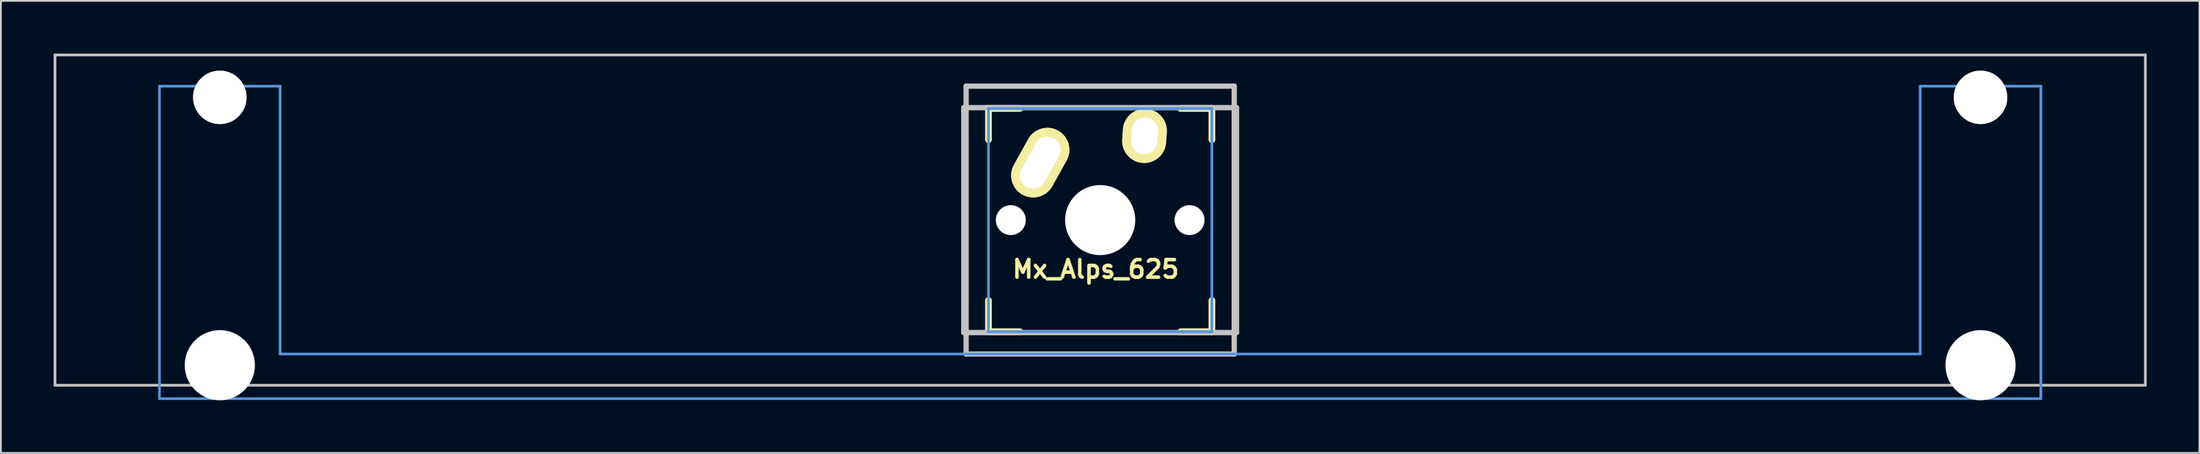
<source format=kicad_pcb>
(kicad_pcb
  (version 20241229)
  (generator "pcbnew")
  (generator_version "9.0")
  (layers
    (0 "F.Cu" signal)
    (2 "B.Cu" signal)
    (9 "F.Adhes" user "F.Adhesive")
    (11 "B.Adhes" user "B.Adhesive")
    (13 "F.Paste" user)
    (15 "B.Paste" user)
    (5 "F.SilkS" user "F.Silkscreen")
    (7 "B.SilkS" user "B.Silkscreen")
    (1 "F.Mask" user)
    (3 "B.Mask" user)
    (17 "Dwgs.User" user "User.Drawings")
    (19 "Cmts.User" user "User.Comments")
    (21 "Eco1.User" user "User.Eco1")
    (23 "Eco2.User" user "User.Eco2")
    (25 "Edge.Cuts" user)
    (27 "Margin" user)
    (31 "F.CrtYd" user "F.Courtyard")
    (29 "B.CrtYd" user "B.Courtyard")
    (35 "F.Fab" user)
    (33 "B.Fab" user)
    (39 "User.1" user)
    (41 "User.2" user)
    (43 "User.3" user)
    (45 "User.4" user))
  (footprint "Mx_Alps_625"
    (layer "F.Cu")
    (at 59.482 9.474)
    (property "Reference" "Mx_Alps_625" (at -0.254 2.794 0) (layer "F.SilkS") (effects (font (size 1 1) (thickness 0.2))))
    (attr through_hole)
    (fp_line (start -6.35 -6.35) (end -4.572 -6.35) (stroke (width 0.381) (type solid)) (layer "F.SilkS"))
    (fp_line (start -6.35 -4.572) (end -6.35 -6.35) (stroke (width 0.381) (type solid)) (layer "F.SilkS"))
    (fp_line (start -6.35 6.35) (end -6.35 4.572) (stroke (width 0.381) (type solid)) (layer "F.SilkS"))
    (fp_line (start -4.572 6.35) (end -6.35 6.35) (stroke (width 0.381) (type solid)) (layer "F.SilkS"))
    (fp_line (start 4.572 -6.35) (end 6.35 -6.35) (stroke (width 0.381) (type solid)) (layer "F.SilkS"))
    (fp_line (start 6.35 -6.35) (end 6.35 -4.572) (stroke (width 0.381) (type solid)) (layer "F.SilkS"))
    (fp_line (start 6.35 4.572) (end 6.35 6.35) (stroke (width 0.381) (type solid)) (layer "F.SilkS"))
    (fp_line (start 6.35 6.35) (end 4.572 6.35) (stroke (width 0.381) (type solid)) (layer "F.SilkS"))
    (fp_line (start -59.406 -9.398) (end 59.406 -9.398) (stroke (width 0.152) (type solid)) (layer "Dwgs.User"))
    (fp_line (start -59.406 9.398) (end -59.406 -9.398) (stroke (width 0.152) (type solid)) (layer "Dwgs.User"))
    (fp_line (start -7.75 6.4) (end -7.75 -6.4) (stroke (width 0.3) (type solid)) (layer "Dwgs.User"))
    (fp_line (start -7.75 6.4) (end 7.75 6.4) (stroke (width 0.3) (type solid)) (layer "Dwgs.User"))
    (fp_line (start -7.62 -7.62) (end 7.62 -7.62) (stroke (width 0.3) (type solid)) (layer "Dwgs.User"))
    (fp_line (start -7.62 7.62) (end -7.62 -7.62) (stroke (width 0.3) (type solid)) (layer "Dwgs.User"))
    (fp_line (start 7.62 -7.62) (end 7.62 7.62) (stroke (width 0.3) (type solid)) (layer "Dwgs.User"))
    (fp_line (start 7.62 7.62) (end -7.62 7.62) (stroke (width 0.3) (type solid)) (layer "Dwgs.User"))
    (fp_line (start 7.75 -6.4) (end -7.75 -6.4) (stroke (width 0.3) (type solid)) (layer "Dwgs.User"))
    (fp_line (start 7.75 6.4) (end 7.75 -6.4) (stroke (width 0.3) (type solid)) (layer "Dwgs.User"))
    (fp_line (start 59.406 -9.398) (end 59.406 9.398) (stroke (width 0.152) (type solid)) (layer "Dwgs.User"))
    (fp_line (start 59.406 9.398) (end -59.406 9.398) (stroke (width 0.152) (type solid)) (layer "Dwgs.User"))
    (fp_line (start -53.467 -7.62) (end -53.467 10.16) (stroke (width 0.152) (type solid)) (layer "Cmts.User"))
    (fp_line (start -53.467 10.16) (end 53.467 10.16) (stroke (width 0.152) (type solid)) (layer "Cmts.User"))
    (fp_line (start -46.609 -7.62) (end -53.467 -7.62) (stroke (width 0.152) (type solid)) (layer "Cmts.User"))
    (fp_line (start -46.609 7.62) (end -46.609 -7.62) (stroke (width 0.152) (type solid)) (layer "Cmts.User"))
    (fp_line (start -6.35 -6.35) (end 6.35 -6.35) (stroke (width 0.152) (type solid)) (layer "Cmts.User"))
    (fp_line (start -6.35 6.35) (end -6.35 -6.35) (stroke (width 0.152) (type solid)) (layer "Cmts.User"))
    (fp_line (start 6.35 -6.35) (end 6.35 6.35) (stroke (width 0.152) (type solid)) (layer "Cmts.User"))
    (fp_line (start 6.35 6.35) (end -6.35 6.35) (stroke (width 0.152) (type solid)) (layer "Cmts.User"))
    (fp_line (start 46.609 -7.62) (end 46.609 7.62) (stroke (width 0.152) (type solid)) (layer "Cmts.User"))
    (fp_line (start 46.609 7.62) (end -46.609 7.62) (stroke (width 0.152) (type solid)) (layer "Cmts.User"))
    (fp_line (start 53.467 -7.62) (end 46.609 -7.62) (stroke (width 0.152) (type solid)) (layer "Cmts.User"))
    (fp_line (start 53.467 10.16) (end 53.467 -7.62) (stroke (width 0.152) (type solid)) (layer "Cmts.User"))
    (fp_line (start -54.229 -2.286) (end -53.365 -2.286) (stroke (width 0.152) (type solid)) (layer "Eco2.User"))
    (fp_line (start -54.229 0.508) (end -54.229 -2.286) (stroke (width 0.152) (type solid)) (layer "Eco2.User"))
    (fp_line (start -53.365 -5.69) (end -46.711 -5.69) (stroke (width 0.152) (type solid)) (layer "Eco2.User"))
    (fp_line (start -53.365 -2.286) (end -53.365 -5.69) (stroke (width 0.152) (type solid)) (layer "Eco2.User"))
    (fp_line (start -53.365 0.508) (end -54.229 0.508) (stroke (width 0.152) (type solid)) (layer "Eco2.User"))
    (fp_line (start -53.365 6.604) (end -53.365 0.508) (stroke (width 0.152) (type solid)) (layer "Eco2.User"))
    (fp_line (start -52.324 6.604) (end -53.365 6.604) (stroke (width 0.152) (type solid)) (layer "Eco2.User"))
    (fp_line (start -52.324 7.772) (end -52.324 6.604) (stroke (width 0.152) (type solid)) (layer "Eco2.User"))
    (fp_line (start -47.752 6.604) (end -47.752 7.772) (stroke (width 0.152) (type solid)) (layer "Eco2.User"))
    (fp_line (start -47.752 7.772) (end -52.324 7.772) (stroke (width 0.152) (type solid)) (layer "Eco2.User"))
    (fp_line (start -46.711 -5.69) (end -46.711 -2.286) (stroke (width 0.152) (type solid)) (layer "Eco2.User"))
    (fp_line (start -46.711 -2.286) (end -6.985 -2.286) (stroke (width 0.152) (type solid)) (layer "Eco2.User"))
    (fp_line (start -46.711 2.286) (end -46.711 6.604) (stroke (width 0.152) (type solid)) (layer "Eco2.User"))
    (fp_line (start -46.711 6.604) (end -47.752 6.604) (stroke (width 0.152) (type solid)) (layer "Eco2.User"))
    (fp_line (start -6.985 -6.985) (end 6.985 -6.985) (stroke (width 0.152) (type solid)) (layer "Eco2.User"))
    (fp_line (start -6.985 -2.286) (end -6.985 -6.985) (stroke (width 0.152) (type solid)) (layer "Eco2.User"))
    (fp_line (start -6.985 2.286) (end -46.711 2.286) (stroke (width 0.152) (type solid)) (layer "Eco2.User"))
    (fp_line (start -6.985 6.985) (end -6.985 2.286) (stroke (width 0.152) (type solid)) (layer "Eco2.User"))
    (fp_line (start 6.985 -6.985) (end 6.985 -2.286) (stroke (width 0.152) (type solid)) (layer "Eco2.User"))
    (fp_line (start 6.985 -2.286) (end 46.711 -2.286) (stroke (width 0.152) (type solid)) (layer "Eco2.User"))
    (fp_line (start 6.985 2.286) (end 6.985 6.985) (stroke (width 0.152) (type solid)) (layer "Eco2.User"))
    (fp_line (start 6.985 6.985) (end -6.985 6.985) (stroke (width 0.152) (type solid)) (layer "Eco2.User"))
    (fp_line (start 46.711 -5.69) (end 53.365 -5.69) (stroke (width 0.152) (type solid)) (layer "Eco2.User"))
    (fp_line (start 46.711 -2.286) (end 46.711 -5.69) (stroke (width 0.152) (type solid)) (layer "Eco2.User"))
    (fp_line (start 46.711 2.286) (end 6.985 2.286) (stroke (width 0.152) (type solid)) (layer "Eco2.User"))
    (fp_line (start 46.711 6.604) (end 46.711 2.286) (stroke (width 0.152) (type solid)) (layer "Eco2.User"))
    (fp_line (start 47.752 6.604) (end 46.711 6.604) (stroke (width 0.152) (type solid)) (layer "Eco2.User"))
    (fp_line (start 47.752 7.772) (end 47.752 6.604) (stroke (width 0.152) (type solid)) (layer "Eco2.User"))
    (fp_line (start 52.324 6.604) (end 52.324 7.772) (stroke (width 0.152) (type solid)) (layer "Eco2.User"))
    (fp_line (start 52.324 7.772) (end 47.752 7.772) (stroke (width 0.152) (type solid)) (layer "Eco2.User"))
    (fp_line (start 53.365 -5.69) (end 53.365 -2.286) (stroke (width 0.152) (type solid)) (layer "Eco2.User"))
    (fp_line (start 53.365 -2.286) (end 54.229 -2.286) (stroke (width 0.152) (type solid)) (layer "Eco2.User"))
    (fp_line (start 53.365 0.508) (end 53.365 6.604) (stroke (width 0.152) (type solid)) (layer "Eco2.User"))
    (fp_line (start 53.365 6.604) (end 52.324 6.604) (stroke (width 0.152) (type solid)) (layer "Eco2.User"))
    (fp_line (start 54.229 -2.286) (end 54.229 0.508) (stroke (width 0.152) (type solid)) (layer "Eco2.User"))
    (fp_line (start 54.229 0.508) (end 53.365 0.508) (stroke (width 0.152) (type solid)) (layer "Eco2.User"))
    (pad "" np_thru_hole circle (at -50.038 -6.985) (size 3.048 3.048) (drill 3.048) (layers "*.Cu"))
    (pad "" np_thru_hole circle (at -50.038 8.255) (size 3.988 3.988) (drill 3.988) (layers "*.Cu"))
    (pad "" np_thru_hole circle (at -5.08 0) (size 1.702 1.702) (drill 1.702) (layers "*.Cu"))
    (pad "" np_thru_hole circle (at 0 0) (size 3.988 3.988) (drill 3.988) (layers "*.Cu"))
    (pad "" np_thru_hole circle (at 5.08 0) (size 1.702 1.702) (drill 1.702) (layers "*.Cu"))
    (pad "" np_thru_hole circle (at 50.038 -6.985) (size 3.048 3.048) (drill 3.048) (layers "*.Cu"))
    (pad "" np_thru_hole circle (at 50.038 8.255) (size 3.988 3.988) (drill 3.988) (layers "*.Cu"))
    (pad "1" thru_hole oval (at -3.405 -3.27 330.95) (size 2.5 4.17) (drill oval 1.5 3.17) (layers "*.Cu" "*.Mask" "F.SilkS"))
    (pad "2" thru_hole oval (at 2.52 -4.79 356.1) (size 2.5 3.08) (drill oval 1.5 2.08) (layers "*.Cu" "*.Mask" "F.SilkS")))
  (gr_rect
    (start -3 -3)
    (end 121.963 22.723)
    (stroke (width 0.1) (type default))
    (fill no)
    (layer "Edge.Cuts")))
</source>
